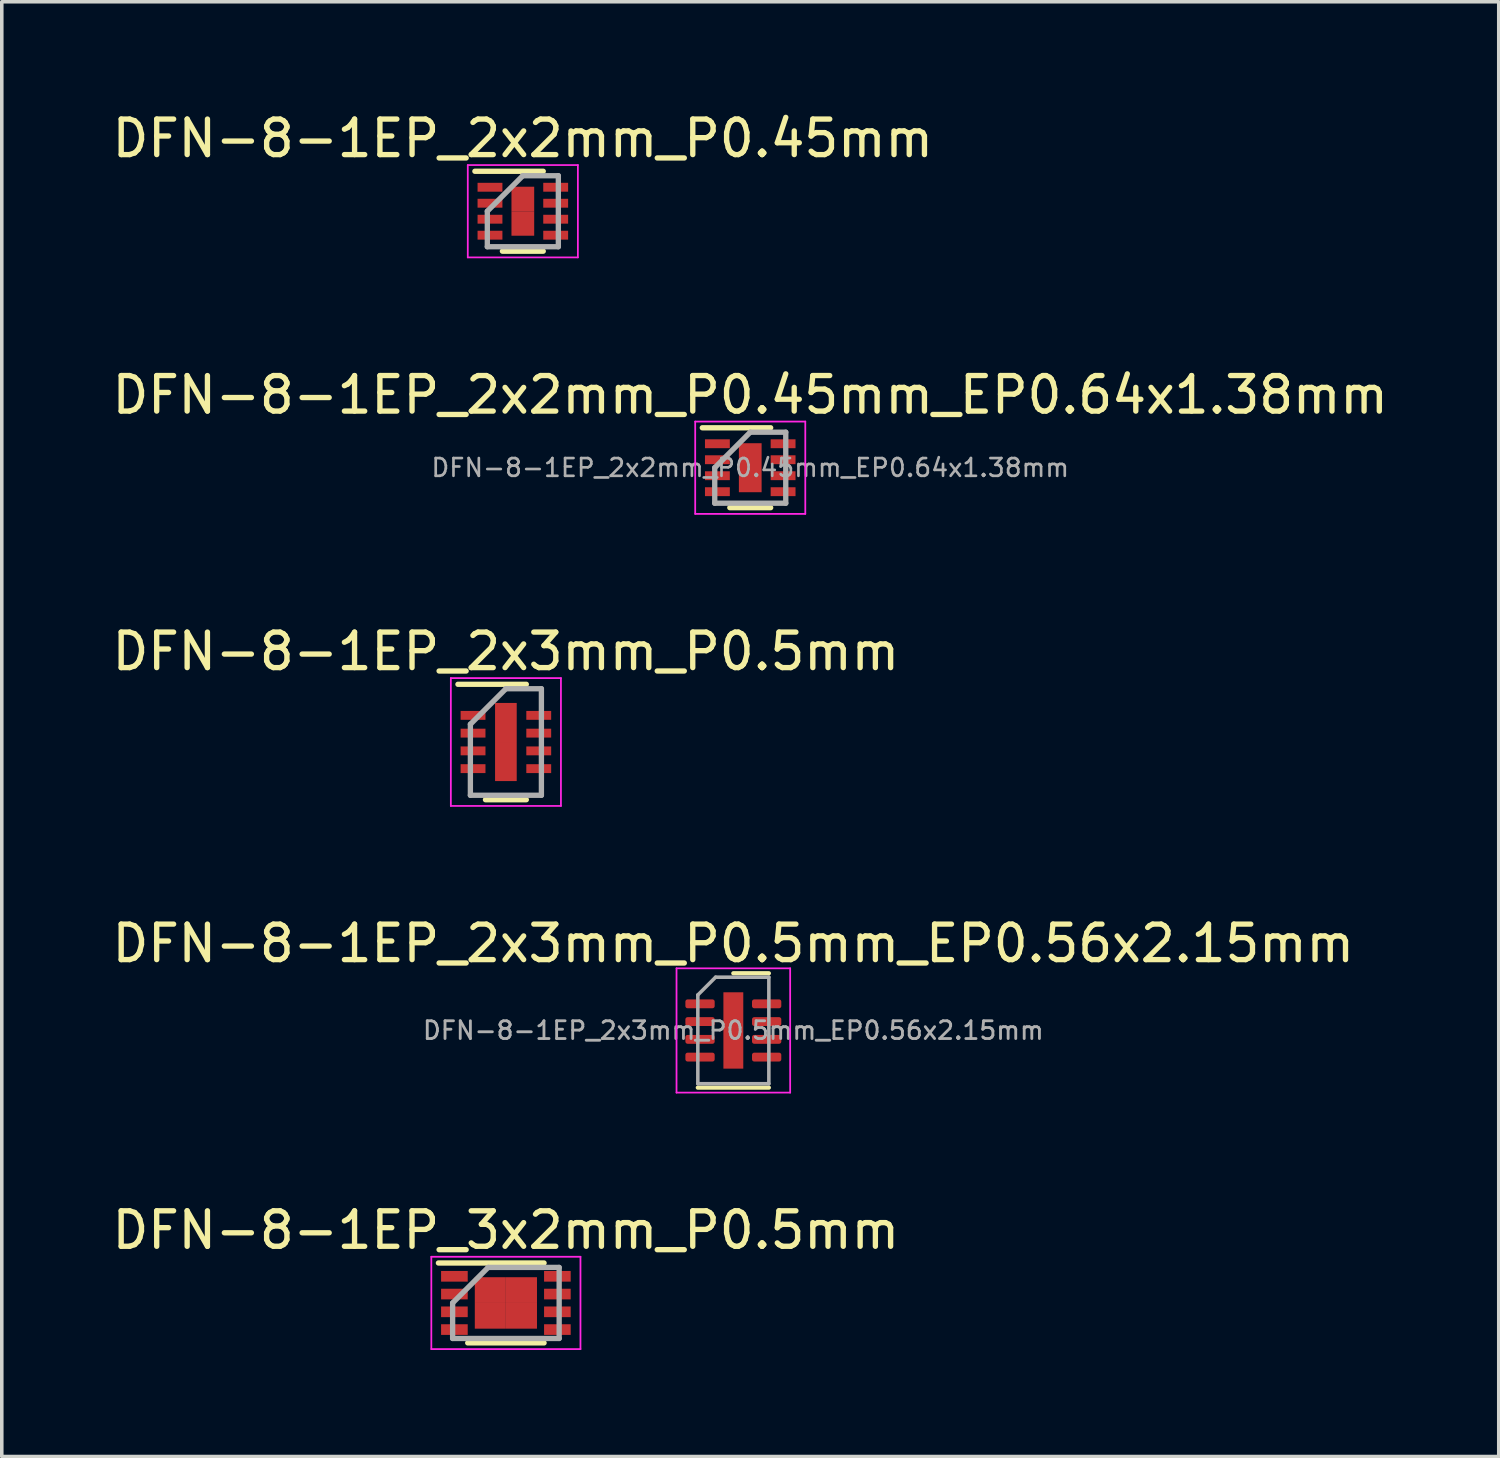
<source format=kicad_pcb>
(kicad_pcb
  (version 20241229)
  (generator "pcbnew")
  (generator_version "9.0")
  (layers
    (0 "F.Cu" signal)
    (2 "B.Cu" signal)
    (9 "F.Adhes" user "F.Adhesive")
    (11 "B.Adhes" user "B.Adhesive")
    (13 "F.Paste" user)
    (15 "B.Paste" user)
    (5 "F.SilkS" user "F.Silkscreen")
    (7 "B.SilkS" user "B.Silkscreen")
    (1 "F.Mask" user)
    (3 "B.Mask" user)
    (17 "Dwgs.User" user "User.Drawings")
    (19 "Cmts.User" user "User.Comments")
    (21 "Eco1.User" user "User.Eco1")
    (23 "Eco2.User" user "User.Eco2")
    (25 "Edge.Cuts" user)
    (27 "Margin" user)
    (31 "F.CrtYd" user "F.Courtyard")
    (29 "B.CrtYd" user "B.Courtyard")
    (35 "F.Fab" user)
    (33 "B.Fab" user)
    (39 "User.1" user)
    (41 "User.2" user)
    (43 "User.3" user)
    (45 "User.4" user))
  (footprint "DFN-8-1EP_2x2mm_P0.45mm"
    (layer "F.Cu")
    (at 11.673 2.898)
    (property "Reference" "DFN-8-1EP_2x2mm_P0.45mm" (at 0 -2.05 0) (layer "F.SilkS") (effects (font (size 1 1) (thickness 0.15))))
    (attr smd)
    (fp_line (start -1.35 -1.125) (end 0.575 -1.125) (stroke (width 0.15) (type solid)) (layer "F.SilkS"))
    (fp_line (start -0.575 1.125) (end 0.575 1.125) (stroke (width 0.15) (type solid)) (layer "F.SilkS"))
    (fp_line (start -1.55 -1.3) (end -1.55 1.3) (stroke (width 0.05) (type solid)) (layer "F.CrtYd"))
    (fp_line (start -1.55 -1.3) (end 1.55 -1.3) (stroke (width 0.05) (type solid)) (layer "F.CrtYd"))
    (fp_line (start -1.55 1.3) (end 1.55 1.3) (stroke (width 0.05) (type solid)) (layer "F.CrtYd"))
    (fp_line (start 1.55 -1.3) (end 1.55 1.3) (stroke (width 0.05) (type solid)) (layer "F.CrtYd"))
    (fp_line (start -1 0) (end 0 -1) (stroke (width 0.15) (type solid)) (layer "F.Fab"))
    (fp_line (start -1 1) (end -1 0) (stroke (width 0.15) (type solid)) (layer "F.Fab"))
    (fp_line (start 0 -1) (end 1 -1) (stroke (width 0.15) (type solid)) (layer "F.Fab"))
    (fp_line (start 1 -1) (end 1 1) (stroke (width 0.15) (type solid)) (layer "F.Fab"))
    (fp_line (start 1 1) (end -1 1) (stroke (width 0.15) (type solid)) (layer "F.Fab"))
    (pad "1" smd rect (at -0.925 -0.675) (size 0.7 0.25) (layers "F.Cu" "F.Mask" "F.Paste"))
    (pad "2" smd rect (at -0.925 -0.225) (size 0.7 0.25) (layers "F.Cu" "F.Mask" "F.Paste"))
    (pad "3" smd rect (at -0.925 0.225) (size 0.7 0.25) (layers "F.Cu" "F.Mask" "F.Paste"))
    (pad "4" smd rect (at -0.925 0.675) (size 0.7 0.25) (layers "F.Cu" "F.Mask" "F.Paste"))
    (pad "5" smd rect (at 0.925 0.675) (size 0.7 0.25) (layers "F.Cu" "F.Mask" "F.Paste"))
    (pad "6" smd rect (at 0.925 0.225) (size 0.7 0.25) (layers "F.Cu" "F.Mask" "F.Paste"))
    (pad "7" smd rect (at 0.925 -0.225) (size 0.7 0.25) (layers "F.Cu" "F.Mask" "F.Paste"))
    (pad "8" smd rect (at 0.925 -0.675) (size 0.7 0.25) (layers "F.Cu" "F.Mask" "F.Paste"))
    (pad "9" smd rect (at 0 -0.345) (size 0.64 0.69) (layers "F.Cu" "F.Mask" "F.Paste"))
    (pad "9" smd rect (at 0 0.345) (size 0.64 0.69) (layers "F.Cu" "F.Mask" "F.Paste")))
  (footprint "DFN-8-1EP_2x3mm_P0.5mm_EP0.56x2.15mm"
    (layer "F.Cu")
    (at 17.601 25.968)
    (property "Reference" "DFN-8-1EP_2x3mm_P0.5mm_EP0.56x2.15mm" (at 0 -2.45 0) (layer "F.SilkS") (effects (font (size 1 1) (thickness 0.15))))
    (attr smd)
    (fp_line (start -1 1.61) (end 1 1.61) (stroke (width 0.12) (type solid)) (layer "F.SilkS"))
    (fp_line (start 0 -1.61) (end 1 -1.61) (stroke (width 0.12) (type solid)) (layer "F.SilkS"))
    (fp_line (start -1.6 -1.75) (end -1.6 1.75) (stroke (width 0.05) (type solid)) (layer "F.CrtYd"))
    (fp_line (start -1.6 1.75) (end 1.6 1.75) (stroke (width 0.05) (type solid)) (layer "F.CrtYd"))
    (fp_line (start 1.6 -1.75) (end -1.6 -1.75) (stroke (width 0.05) (type solid)) (layer "F.CrtYd"))
    (fp_line (start 1.6 1.75) (end 1.6 -1.75) (stroke (width 0.05) (type solid)) (layer "F.CrtYd"))
    (fp_line (start -1 -1) (end -0.5 -1.5) (stroke (width 0.1) (type solid)) (layer "F.Fab"))
    (fp_line (start -1 1.5) (end -1 -1) (stroke (width 0.1) (type solid)) (layer "F.Fab"))
    (fp_line (start -0.5 -1.5) (end 1 -1.5) (stroke (width 0.1) (type solid)) (layer "F.Fab"))
    (fp_line (start 1 -1.5) (end 1 1.5) (stroke (width 0.1) (type solid)) (layer "F.Fab"))
    (fp_line (start 1 1.5) (end -1 1.5) (stroke (width 0.1) (type solid)) (layer "F.Fab"))
    (fp_text user "${REFERENCE}" (at 0 0 0) (layer "F.Fab") (effects (font (size 0.5 0.5) (thickness 0.08))))
    (pad "" smd roundrect (at 0 -0.54) (size 0.45 0.87) (layers "F.Paste") (roundrect_rratio 0.25))
    (pad "" smd roundrect (at 0 0.54) (size 0.45 0.87) (layers "F.Paste") (roundrect_rratio 0.25))
    (pad "1" smd roundrect (at -0.938 -0.75) (size 0.825 0.25) (layers "F.Cu" "F.Mask" "F.Paste") (roundrect_rratio 0.25))
    (pad "2" smd roundrect (at -0.938 -0.25) (size 0.825 0.25) (layers "F.Cu" "F.Mask" "F.Paste") (roundrect_rratio 0.25))
    (pad "3" smd roundrect (at -0.938 0.25) (size 0.825 0.25) (layers "F.Cu" "F.Mask" "F.Paste") (roundrect_rratio 0.25))
    (pad "4" smd roundrect (at -0.938 0.75) (size 0.825 0.25) (layers "F.Cu" "F.Mask" "F.Paste") (roundrect_rratio 0.25))
    (pad "5" smd roundrect (at 0.938 0.75) (size 0.825 0.25) (layers "F.Cu" "F.Mask" "F.Paste") (roundrect_rratio 0.25))
    (pad "6" smd roundrect (at 0.938 0.25) (size 0.825 0.25) (layers "F.Cu" "F.Mask" "F.Paste") (roundrect_rratio 0.25))
    (pad "7" smd roundrect (at 0.938 -0.25) (size 0.825 0.25) (layers "F.Cu" "F.Mask" "F.Paste") (roundrect_rratio 0.25))
    (pad "8" smd roundrect (at 0.938 -0.75) (size 0.825 0.25) (layers "F.Cu" "F.Mask" "F.Paste") (roundrect_rratio 0.25))
    (pad "9" smd rect (at 0 0) (size 0.56 2.15) (layers "F.Cu" "F.Mask")))
  (footprint "DFN-8-1EP_2x3mm_P0.5mm"
    (layer "F.Cu")
    (at 11.196 17.845)
    (property "Reference" "DFN-8-1EP_2x3mm_P0.5mm" (at 0 -2.55 0) (layer "F.SilkS") (effects (font (size 1 1) (thickness 0.15))))
    (attr smd)
    (fp_line (start -1.35 -1.625) (end 0.575 -1.625) (stroke (width 0.15) (type solid)) (layer "F.SilkS"))
    (fp_line (start -0.575 1.625) (end 0.575 1.625) (stroke (width 0.15) (type solid)) (layer "F.SilkS"))
    (fp_line (start -1.55 -1.8) (end -1.55 1.8) (stroke (width 0.05) (type solid)) (layer "F.CrtYd"))
    (fp_line (start -1.55 -1.8) (end 1.55 -1.8) (stroke (width 0.05) (type solid)) (layer "F.CrtYd"))
    (fp_line (start -1.55 1.8) (end 1.55 1.8) (stroke (width 0.05) (type solid)) (layer "F.CrtYd"))
    (fp_line (start 1.55 -1.8) (end 1.55 1.8) (stroke (width 0.05) (type solid)) (layer "F.CrtYd"))
    (fp_line (start -1 -0.5) (end 0 -1.5) (stroke (width 0.15) (type solid)) (layer "F.Fab"))
    (fp_line (start -1 1.5) (end -1 -0.5) (stroke (width 0.15) (type solid)) (layer "F.Fab"))
    (fp_line (start 0 -1.5) (end 1 -1.5) (stroke (width 0.15) (type solid)) (layer "F.Fab"))
    (fp_line (start 1 -1.5) (end 1 1.5) (stroke (width 0.15) (type solid)) (layer "F.Fab"))
    (fp_line (start 1 1.5) (end -1 1.5) (stroke (width 0.15) (type solid)) (layer "F.Fab"))
    (pad "1" smd rect (at -0.925 -0.75) (size 0.7 0.25) (layers "F.Cu" "F.Mask" "F.Paste"))
    (pad "2" smd rect (at -0.925 -0.25) (size 0.7 0.25) (layers "F.Cu" "F.Mask" "F.Paste"))
    (pad "3" smd rect (at -0.925 0.25) (size 0.7 0.25) (layers "F.Cu" "F.Mask" "F.Paste"))
    (pad "4" smd rect (at -0.925 0.75) (size 0.7 0.25) (layers "F.Cu" "F.Mask" "F.Paste"))
    (pad "5" smd rect (at 0.925 0.75) (size 0.7 0.25) (layers "F.Cu" "F.Mask" "F.Paste"))
    (pad "6" smd rect (at 0.925 0.25) (size 0.7 0.25) (layers "F.Cu" "F.Mask" "F.Paste"))
    (pad "7" smd rect (at 0.925 -0.25) (size 0.7 0.25) (layers "F.Cu" "F.Mask" "F.Paste"))
    (pad "8" smd rect (at 0.925 -0.75) (size 0.7 0.25) (layers "F.Cu" "F.Mask" "F.Paste"))
    (pad "9" smd rect (at 0 -0.55) (size 0.61 1.1) (layers "F.Cu" "F.Mask" "F.Paste"))
    (pad "9" smd rect (at 0 0.55) (size 0.61 1.1) (layers "F.Cu" "F.Mask" "F.Paste")))
  (footprint "DFN-8-1EP_3x2mm_P0.5mm"
    (layer "F.Cu")
    (at 11.196 33.641)
    (property "Reference" "DFN-8-1EP_3x2mm_P0.5mm" (at 0 -2.05 0) (layer "F.SilkS") (effects (font (size 1 1) (thickness 0.15))))
    (attr smd)
    (fp_line (start -1.9 -1.125) (end 1.075 -1.125) (stroke (width 0.15) (type solid)) (layer "F.SilkS"))
    (fp_line (start -1.075 1.125) (end 1.075 1.125) (stroke (width 0.15) (type solid)) (layer "F.SilkS"))
    (fp_line (start -2.1 -1.3) (end -2.1 1.3) (stroke (width 0.05) (type solid)) (layer "F.CrtYd"))
    (fp_line (start -2.1 -1.3) (end 2.1 -1.3) (stroke (width 0.05) (type solid)) (layer "F.CrtYd"))
    (fp_line (start -2.1 1.3) (end 2.1 1.3) (stroke (width 0.05) (type solid)) (layer "F.CrtYd"))
    (fp_line (start 2.1 -1.3) (end 2.1 1.3) (stroke (width 0.05) (type solid)) (layer "F.CrtYd"))
    (fp_line (start -1.5 0) (end -0.5 -1) (stroke (width 0.15) (type solid)) (layer "F.Fab"))
    (fp_line (start -1.5 1) (end -1.5 0) (stroke (width 0.15) (type solid)) (layer "F.Fab"))
    (fp_line (start -0.5 -1) (end 1.5 -1) (stroke (width 0.15) (type solid)) (layer "F.Fab"))
    (fp_line (start 1.5 -1) (end 1.5 1) (stroke (width 0.15) (type solid)) (layer "F.Fab"))
    (fp_line (start 1.5 1) (end -1.5 1) (stroke (width 0.15) (type solid)) (layer "F.Fab"))
    (pad "1" smd rect (at -1.45 -0.75) (size 0.75 0.3) (layers "F.Cu" "F.Mask" "F.Paste"))
    (pad "2" smd rect (at -1.45 -0.25) (size 0.75 0.3) (layers "F.Cu" "F.Mask" "F.Paste"))
    (pad "3" smd rect (at -1.45 0.25) (size 0.75 0.3) (layers "F.Cu" "F.Mask" "F.Paste"))
    (pad "4" smd rect (at -1.45 0.75) (size 0.75 0.3) (layers "F.Cu" "F.Mask" "F.Paste"))
    (pad "5" smd rect (at 1.45 0.75) (size 0.75 0.3) (layers "F.Cu" "F.Mask" "F.Paste"))
    (pad "6" smd rect (at 1.45 0.25) (size 0.75 0.3) (layers "F.Cu" "F.Mask" "F.Paste"))
    (pad "7" smd rect (at 1.45 -0.25) (size 0.75 0.3) (layers "F.Cu" "F.Mask" "F.Paste"))
    (pad "8" smd rect (at 1.45 -0.75) (size 0.75 0.3) (layers "F.Cu" "F.Mask" "F.Paste"))
    (pad "9" smd rect (at -0.438 -0.362) (size 0.875 0.725) (layers "F.Cu" "F.Mask" "F.Paste"))
    (pad "9" smd rect (at -0.438 0.362) (size 0.875 0.725) (layers "F.Cu" "F.Mask" "F.Paste"))
    (pad "9" smd rect (at 0.438 -0.362) (size 0.875 0.725) (layers "F.Cu" "F.Mask" "F.Paste"))
    (pad "9" smd rect (at 0.438 0.362) (size 0.875 0.725) (layers "F.Cu" "F.Mask" "F.Paste")))
  (footprint "DFN-8-1EP_2x2mm_P0.45mm_EP0.64x1.38mm"
    (layer "F.Cu")
    (at 18.077 10.121)
    (property "Reference" "DFN-8-1EP_2x2mm_P0.45mm_EP0.64x1.38mm" (at 0 -2.05 0) (layer "F.SilkS") (effects (font (size 1 1) (thickness 0.15))))
    (attr smd)
    (fp_line (start -1.35 -1.125) (end 0.575 -1.125) (stroke (width 0.15) (type solid)) (layer "F.SilkS"))
    (fp_line (start -0.575 1.125) (end 0.575 1.125) (stroke (width 0.15) (type solid)) (layer "F.SilkS"))
    (fp_line (start -1.55 -1.3) (end -1.55 1.3) (stroke (width 0.05) (type solid)) (layer "F.CrtYd"))
    (fp_line (start -1.55 -1.3) (end 1.55 -1.3) (stroke (width 0.05) (type solid)) (layer "F.CrtYd"))
    (fp_line (start -1.55 1.3) (end 1.55 1.3) (stroke (width 0.05) (type solid)) (layer "F.CrtYd"))
    (fp_line (start 1.55 -1.3) (end 1.55 1.3) (stroke (width 0.05) (type solid)) (layer "F.CrtYd"))
    (fp_line (start -1 0) (end 0 -1) (stroke (width 0.15) (type solid)) (layer "F.Fab"))
    (fp_line (start -1 1) (end -1 0) (stroke (width 0.15) (type solid)) (layer "F.Fab"))
    (fp_line (start 0 -1) (end 1 -1) (stroke (width 0.15) (type solid)) (layer "F.Fab"))
    (fp_line (start 1 -1) (end 1 1) (stroke (width 0.15) (type solid)) (layer "F.Fab"))
    (fp_line (start 1 1) (end -1 1) (stroke (width 0.15) (type solid)) (layer "F.Fab"))
    (fp_text user "${REFERENCE}" (at 0 0 0) (layer "F.Fab") (effects (font (size 0.5 0.5) (thickness 0.075))))
    (pad "" smd rect (at 0 -0.345) (size 0.53 0.54) (layers "F.Paste"))
    (pad "" smd rect (at 0 0.345) (size 0.53 0.54) (layers "F.Paste"))
    (pad "1" smd rect (at -0.925 -0.675) (size 0.7 0.25) (layers "F.Cu" "F.Mask" "F.Paste"))
    (pad "2" smd rect (at -0.925 -0.225) (size 0.7 0.25) (layers "F.Cu" "F.Mask" "F.Paste"))
    (pad "3" smd rect (at -0.925 0.225) (size 0.7 0.25) (layers "F.Cu" "F.Mask" "F.Paste"))
    (pad "4" smd rect (at -0.925 0.675) (size 0.7 0.25) (layers "F.Cu" "F.Mask" "F.Paste"))
    (pad "5" smd rect (at 0.925 0.675) (size 0.7 0.25) (layers "F.Cu" "F.Mask" "F.Paste"))
    (pad "6" smd rect (at 0.925 0.225) (size 0.7 0.25) (layers "F.Cu" "F.Mask" "F.Paste"))
    (pad "7" smd rect (at 0.925 -0.225) (size 0.7 0.25) (layers "F.Cu" "F.Mask" "F.Paste"))
    (pad "8" smd rect (at 0.925 -0.675) (size 0.7 0.25) (layers "F.Cu" "F.Mask" "F.Paste"))
    (pad "9" smd rect (at 0 0) (size 0.64 1.38) (layers "F.Cu" "F.Mask")))
  (gr_rect
    (start -3 -3)
    (end 39.155 37.966)
    (stroke (width 0.1) (type default))
    (fill no)
    (layer "Edge.Cuts")))
</source>
